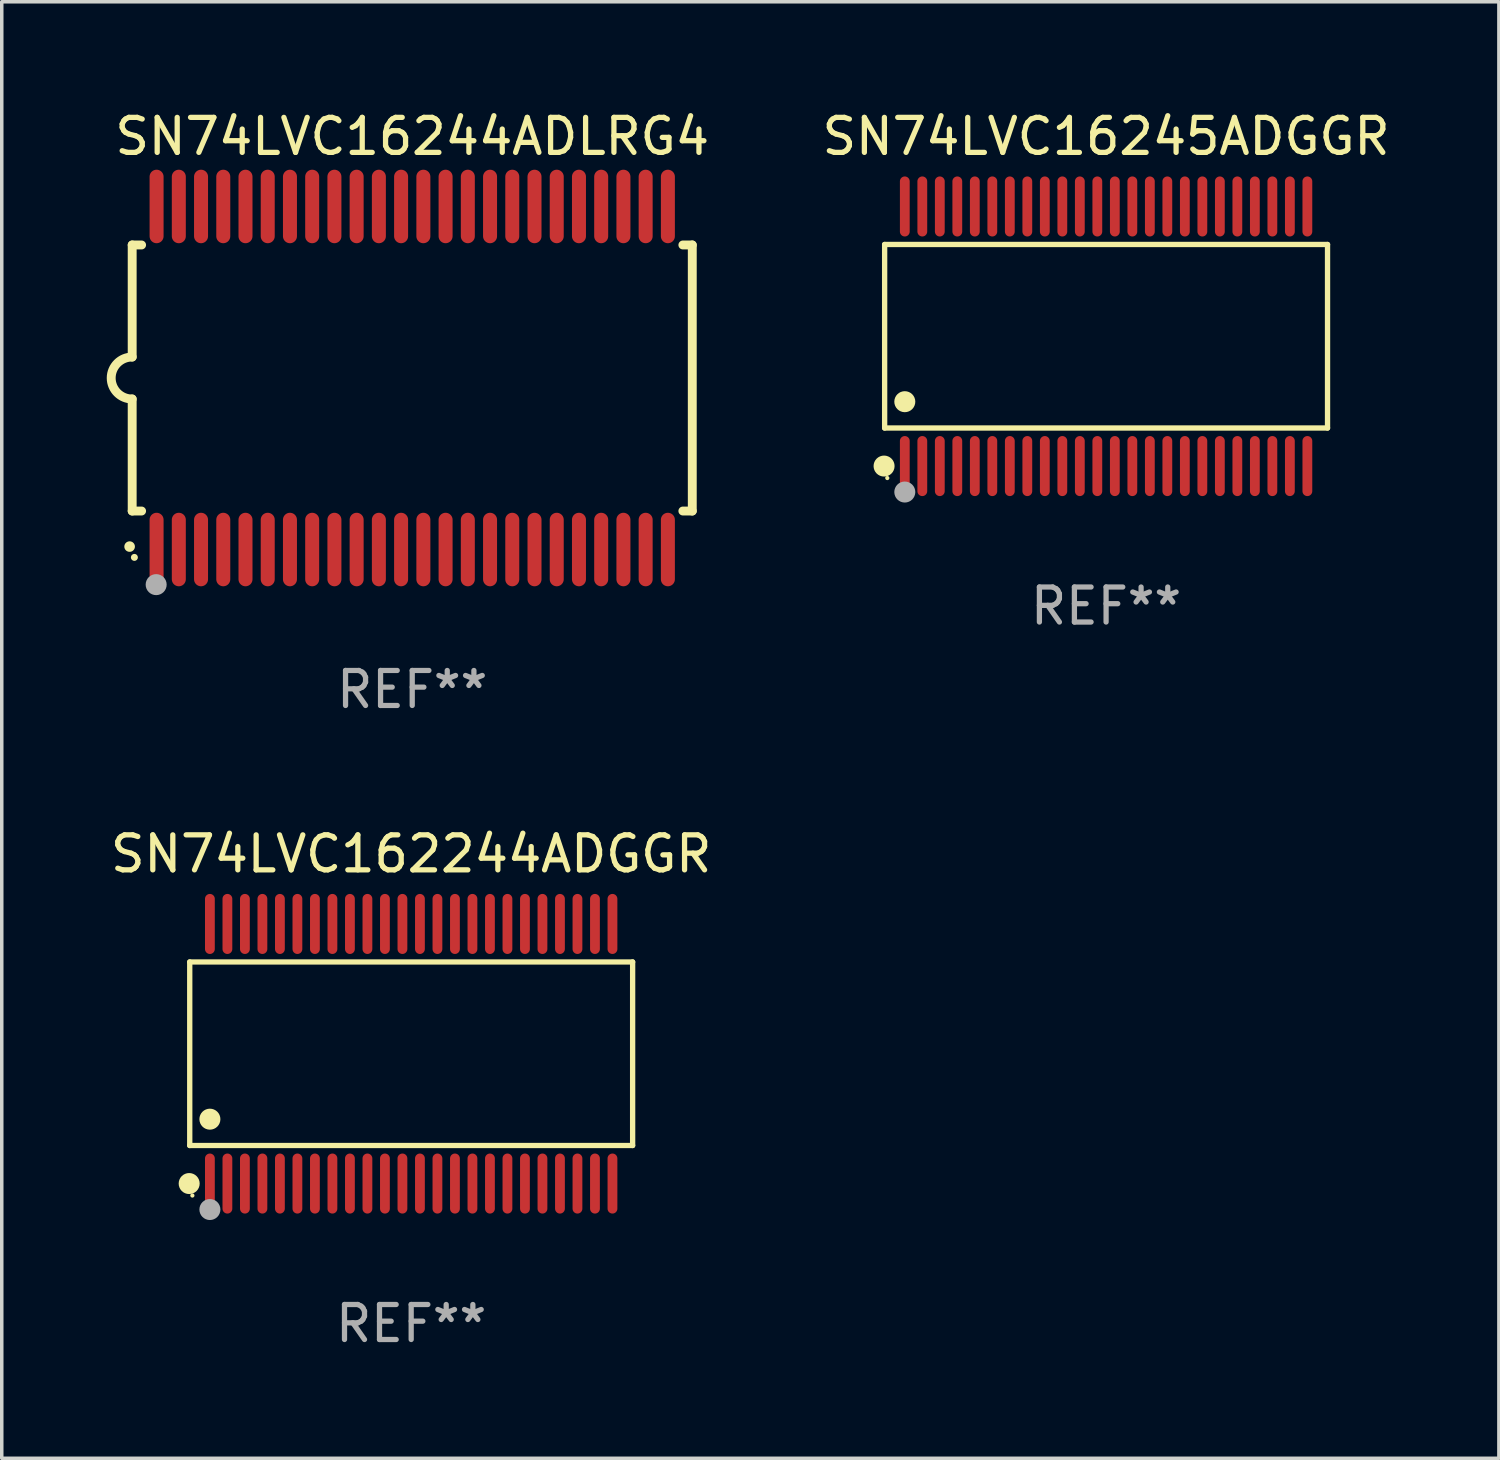
<source format=kicad_pcb>
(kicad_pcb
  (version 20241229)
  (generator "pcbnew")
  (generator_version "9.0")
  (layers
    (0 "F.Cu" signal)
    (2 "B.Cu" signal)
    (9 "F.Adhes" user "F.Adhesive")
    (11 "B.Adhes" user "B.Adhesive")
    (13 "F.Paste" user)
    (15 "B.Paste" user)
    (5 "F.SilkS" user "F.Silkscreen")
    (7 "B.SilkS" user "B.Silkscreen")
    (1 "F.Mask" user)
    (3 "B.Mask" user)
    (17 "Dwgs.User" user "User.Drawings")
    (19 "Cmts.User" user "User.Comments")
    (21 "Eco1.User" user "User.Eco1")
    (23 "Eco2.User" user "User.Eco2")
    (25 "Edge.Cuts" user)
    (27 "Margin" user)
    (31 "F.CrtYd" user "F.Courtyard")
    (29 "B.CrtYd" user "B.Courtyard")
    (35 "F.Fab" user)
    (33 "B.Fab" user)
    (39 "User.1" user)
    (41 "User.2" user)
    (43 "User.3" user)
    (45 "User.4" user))
  (footprint "SN74LVC16244ADLRG4"
    (layer "F.Cu")
    (at 8.726 7.748)
    (property "Reference" "SN74LVC16244ADLRG4" (at 0 -6.9 0) (layer "F.SilkS") (effects (font (size 1 1) (thickness 0.15))))
    (attr through_hole)
    (fp_line (start -8 -3.8) (end -8 -0.599) (stroke (width 0.254) (type solid)) (layer "F.SilkS"))
    (fp_line (start -8 -3.8) (end -7.731 -3.8) (stroke (width 0.254) (type solid)) (layer "F.SilkS"))
    (fp_line (start -8 3.8) (end -8 0.599) (stroke (width 0.254) (type solid)) (layer "F.SilkS"))
    (fp_line (start -7.731 3.8) (end -8 3.8) (stroke (width 0.254) (type solid)) (layer "F.SilkS"))
    (fp_line (start 7.731 -3.8) (end 8 -3.8) (stroke (width 0.254) (type solid)) (layer "F.SilkS"))
    (fp_line (start 8 -3.8) (end 8 3.8) (stroke (width 0.254) (type solid)) (layer "F.SilkS"))
    (fp_line (start 8 3.8) (end 7.731 3.8) (stroke (width 0.254) (type solid)) (layer "F.SilkS"))
    (fp_arc (start -8.074676 4.81585) (mid -8.073406 4.815845) (end -8.072136 4.81585) (stroke (width 0.3) (type solid)) (layer "F.SilkS"))
    (fp_arc (start -8.000025 0.6) (mid -8.598908 0.00056) (end -8.000027 -0.598882) (stroke (width 0.254001) (type solid)) (layer "F.SilkS"))
    (fp_circle (center -7.937 5.125) (end -7.887 5.125) (stroke (width 0.1) (type solid)) (fill no) (layer "F.SilkS"))
    (fp_circle (center -7.315 5.903) (end -7.165 5.903) (stroke (width 0.3) (type solid)) (fill no) (layer "F.Fab"))
    (fp_text user "REF**" (at 0 8.9 0) (layer "F.Fab") (effects (font (size 1 1) (thickness 0.15))))
    (pad "1" smd oval (at -7.303 4.9) (size 0.4 2.1) (layers "F.Cu" "F.Mask" "F.Paste"))
    (pad "2" smd oval (at -6.668 4.9) (size 0.4 2.1) (layers "F.Cu" "F.Mask" "F.Paste"))
    (pad "3" smd oval (at -6.033 4.9) (size 0.4 2.1) (layers "F.Cu" "F.Mask" "F.Paste"))
    (pad "4" smd oval (at -5.398 4.9) (size 0.4 2.1) (layers "F.Cu" "F.Mask" "F.Paste"))
    (pad "5" smd oval (at -4.763 4.9) (size 0.4 2.1) (layers "F.Cu" "F.Mask" "F.Paste"))
    (pad "6" smd oval (at -4.128 4.9) (size 0.4 2.1) (layers "F.Cu" "F.Mask" "F.Paste"))
    (pad "7" smd oval (at -3.493 4.9) (size 0.4 2.1) (layers "F.Cu" "F.Mask" "F.Paste"))
    (pad "8" smd oval (at -2.858 4.9) (size 0.4 2.1) (layers "F.Cu" "F.Mask" "F.Paste"))
    (pad "9" smd oval (at -2.223 4.9) (size 0.4 2.1) (layers "F.Cu" "F.Mask" "F.Paste"))
    (pad "10" smd oval (at -1.588 4.9) (size 0.4 2.1) (layers "F.Cu" "F.Mask" "F.Paste"))
    (pad "11" smd oval (at -0.953 4.9) (size 0.4 2.1) (layers "F.Cu" "F.Mask" "F.Paste"))
    (pad "12" smd oval (at -0.318 4.9) (size 0.4 2.1) (layers "F.Cu" "F.Mask" "F.Paste"))
    (pad "13" smd oval (at 0.318 4.9) (size 0.4 2.1) (layers "F.Cu" "F.Mask" "F.Paste"))
    (pad "14" smd oval (at 0.953 4.9) (size 0.4 2.1) (layers "F.Cu" "F.Mask" "F.Paste"))
    (pad "15" smd oval (at 1.588 4.9) (size 0.4 2.1) (layers "F.Cu" "F.Mask" "F.Paste"))
    (pad "16" smd oval (at 2.223 4.9) (size 0.4 2.1) (layers "F.Cu" "F.Mask" "F.Paste"))
    (pad "17" smd oval (at 2.858 4.9) (size 0.4 2.1) (layers "F.Cu" "F.Mask" "F.Paste"))
    (pad "18" smd oval (at 3.493 4.9) (size 0.4 2.1) (layers "F.Cu" "F.Mask" "F.Paste"))
    (pad "19" smd oval (at 4.128 4.9) (size 0.4 2.1) (layers "F.Cu" "F.Mask" "F.Paste"))
    (pad "20" smd oval (at 4.763 4.9) (size 0.4 2.1) (layers "F.Cu" "F.Mask" "F.Paste"))
    (pad "21" smd oval (at 5.398 4.9) (size 0.4 2.1) (layers "F.Cu" "F.Mask" "F.Paste"))
    (pad "22" smd oval (at 6.033 4.9) (size 0.4 2.1) (layers "F.Cu" "F.Mask" "F.Paste"))
    (pad "23" smd oval (at 6.668 4.9) (size 0.4 2.1) (layers "F.Cu" "F.Mask" "F.Paste"))
    (pad "24" smd oval (at 7.303 4.9) (size 0.4 2.1) (layers "F.Cu" "F.Mask" "F.Paste"))
    (pad "25" smd oval (at 7.303 -4.9 180) (size 0.4 2.1) (layers "F.Cu" "F.Mask" "F.Paste"))
    (pad "26" smd oval (at 6.668 -4.9 180) (size 0.4 2.1) (layers "F.Cu" "F.Mask" "F.Paste"))
    (pad "27" smd oval (at 6.033 -4.9 180) (size 0.4 2.1) (layers "F.Cu" "F.Mask" "F.Paste"))
    (pad "28" smd oval (at 5.398 -4.9 180) (size 0.4 2.1) (layers "F.Cu" "F.Mask" "F.Paste"))
    (pad "29" smd oval (at 4.763 -4.9 180) (size 0.4 2.1) (layers "F.Cu" "F.Mask" "F.Paste"))
    (pad "30" smd oval (at 4.128 -4.9 180) (size 0.4 2.1) (layers "F.Cu" "F.Mask" "F.Paste"))
    (pad "31" smd oval (at 3.493 -4.9 180) (size 0.4 2.1) (layers "F.Cu" "F.Mask" "F.Paste"))
    (pad "32" smd oval (at 2.858 -4.9 180) (size 0.4 2.1) (layers "F.Cu" "F.Mask" "F.Paste"))
    (pad "33" smd oval (at 2.223 -4.9 180) (size 0.4 2.1) (layers "F.Cu" "F.Mask" "F.Paste"))
    (pad "34" smd oval (at 1.588 -4.9 180) (size 0.4 2.1) (layers "F.Cu" "F.Mask" "F.Paste"))
    (pad "35" smd oval (at 0.953 -4.9 180) (size 0.4 2.1) (layers "F.Cu" "F.Mask" "F.Paste"))
    (pad "36" smd oval (at 0.318 -4.9 180) (size 0.4 2.1) (layers "F.Cu" "F.Mask" "F.Paste"))
    (pad "37" smd oval (at -0.318 -4.9 180) (size 0.4 2.1) (layers "F.Cu" "F.Mask" "F.Paste"))
    (pad "38" smd oval (at -0.953 -4.9 180) (size 0.4 2.1) (layers "F.Cu" "F.Mask" "F.Paste"))
    (pad "39" smd oval (at -1.588 -4.9 180) (size 0.4 2.1) (layers "F.Cu" "F.Mask" "F.Paste"))
    (pad "40" smd oval (at -2.223 -4.9 180) (size 0.4 2.1) (layers "F.Cu" "F.Mask" "F.Paste"))
    (pad "41" smd oval (at -2.858 -4.9 180) (size 0.4 2.1) (layers "F.Cu" "F.Mask" "F.Paste"))
    (pad "42" smd oval (at -3.493 -4.9 180) (size 0.4 2.1) (layers "F.Cu" "F.Mask" "F.Paste"))
    (pad "43" smd oval (at -4.128 -4.9 180) (size 0.4 2.1) (layers "F.Cu" "F.Mask" "F.Paste"))
    (pad "44" smd oval (at -4.763 -4.9 180) (size 0.4 2.1) (layers "F.Cu" "F.Mask" "F.Paste"))
    (pad "45" smd oval (at -5.398 -4.9 180) (size 0.4 2.1) (layers "F.Cu" "F.Mask" "F.Paste"))
    (pad "46" smd oval (at -6.033 -4.9 180) (size 0.4 2.1) (layers "F.Cu" "F.Mask" "F.Paste"))
    (pad "47" smd oval (at -6.668 -4.9 180) (size 0.4 2.1) (layers "F.Cu" "F.Mask" "F.Paste"))
    (pad "48" smd oval (at -7.303 -4.9 180) (size 0.4 2.1) (layers "F.Cu" "F.Mask" "F.Paste")))
  (footprint "SN74LVC16245ADGGR"
    (layer "F.Cu")
    (at 28.547 6.556)
    (property "Reference" "SN74LVC16245ADGGR" (at 0 -5.708 0) (layer "F.SilkS") (effects (font (size 1 1) (thickness 0.15))))
    (attr through_hole)
    (fp_line (start -6.326 -2.622) (end 6.326 -2.622) (stroke (width 0.152) (type solid)) (layer "F.SilkS"))
    (fp_line (start -6.326 2.621) (end -6.326 -2.622) (stroke (width 0.152) (type solid)) (layer "F.SilkS"))
    (fp_line (start 6.326 -2.622) (end 6.326 2.621) (stroke (width 0.152) (type solid)) (layer "F.SilkS"))
    (fp_line (start 6.326 2.621) (end -6.326 2.621) (stroke (width 0.152) (type solid)) (layer "F.SilkS"))
    (fp_circle (center -6.342 3.708) (end -6.192 3.708) (stroke (width 0.3) (type solid)) (fill no) (layer "F.SilkS"))
    (fp_circle (center -6.25 4.05) (end -6.22 4.05) (stroke (width 0.06) (type solid)) (fill no) (layer "F.SilkS"))
    (fp_circle (center -5.75 1.869) (end -5.6 1.869) (stroke (width 0.3) (type solid)) (fill no) (layer "F.SilkS"))
    (fp_circle (center -5.75 4.45) (end -5.6 4.45) (stroke (width 0.3) (type solid)) (fill no) (layer "F.Fab"))
    (fp_text user "REF**" (at 0 7.708 0) (layer "F.Fab") (effects (font (size 1 1) (thickness 0.15))))
    (pad "1" smd oval (at -5.75 3.708) (size 0.28 1.715) (layers "F.Cu" "F.Mask" "F.Paste"))
    (pad "2" smd oval (at -5.25 3.708) (size 0.28 1.715) (layers "F.Cu" "F.Mask" "F.Paste"))
    (pad "3" smd oval (at -4.75 3.708) (size 0.28 1.715) (layers "F.Cu" "F.Mask" "F.Paste"))
    (pad "4" smd oval (at -4.25 3.708) (size 0.28 1.715) (layers "F.Cu" "F.Mask" "F.Paste"))
    (pad "5" smd oval (at -3.75 3.708) (size 0.28 1.715) (layers "F.Cu" "F.Mask" "F.Paste"))
    (pad "6" smd oval (at -3.25 3.708) (size 0.28 1.715) (layers "F.Cu" "F.Mask" "F.Paste"))
    (pad "7" smd oval (at -2.75 3.708) (size 0.28 1.715) (layers "F.Cu" "F.Mask" "F.Paste"))
    (pad "8" smd oval (at -2.25 3.708) (size 0.28 1.715) (layers "F.Cu" "F.Mask" "F.Paste"))
    (pad "9" smd oval (at -1.75 3.708) (size 0.28 1.715) (layers "F.Cu" "F.Mask" "F.Paste"))
    (pad "10" smd oval (at -1.25 3.708) (size 0.28 1.715) (layers "F.Cu" "F.Mask" "F.Paste"))
    (pad "11" smd oval (at -0.75 3.708) (size 0.28 1.715) (layers "F.Cu" "F.Mask" "F.Paste"))
    (pad "12" smd oval (at -0.25 3.708) (size 0.28 1.715) (layers "F.Cu" "F.Mask" "F.Paste"))
    (pad "13" smd oval (at 0.25 3.708) (size 0.28 1.715) (layers "F.Cu" "F.Mask" "F.Paste"))
    (pad "14" smd oval (at 0.75 3.708) (size 0.28 1.715) (layers "F.Cu" "F.Mask" "F.Paste"))
    (pad "15" smd oval (at 1.25 3.708) (size 0.28 1.715) (layers "F.Cu" "F.Mask" "F.Paste"))
    (pad "16" smd oval (at 1.75 3.708) (size 0.28 1.715) (layers "F.Cu" "F.Mask" "F.Paste"))
    (pad "17" smd oval (at 2.25 3.708) (size 0.28 1.715) (layers "F.Cu" "F.Mask" "F.Paste"))
    (pad "18" smd oval (at 2.75 3.708) (size 0.28 1.715) (layers "F.Cu" "F.Mask" "F.Paste"))
    (pad "19" smd oval (at 3.25 3.708) (size 0.28 1.715) (layers "F.Cu" "F.Mask" "F.Paste"))
    (pad "20" smd oval (at 3.75 3.708) (size 0.28 1.715) (layers "F.Cu" "F.Mask" "F.Paste"))
    (pad "21" smd oval (at 4.25 3.708) (size 0.28 1.715) (layers "F.Cu" "F.Mask" "F.Paste"))
    (pad "22" smd oval (at 4.75 3.708) (size 0.28 1.715) (layers "F.Cu" "F.Mask" "F.Paste"))
    (pad "23" smd oval (at 5.25 3.708) (size 0.28 1.715) (layers "F.Cu" "F.Mask" "F.Paste"))
    (pad "24" smd oval (at 5.75 3.708) (size 0.28 1.715) (layers "F.Cu" "F.Mask" "F.Paste"))
    (pad "25" smd oval (at 5.75 -3.708) (size 0.28 1.715) (layers "F.Cu" "F.Mask" "F.Paste"))
    (pad "26" smd oval (at 5.25 -3.708) (size 0.28 1.715) (layers "F.Cu" "F.Mask" "F.Paste"))
    (pad "27" smd oval (at 4.75 -3.708) (size 0.28 1.715) (layers "F.Cu" "F.Mask" "F.Paste"))
    (pad "28" smd oval (at 4.25 -3.708) (size 0.28 1.715) (layers "F.Cu" "F.Mask" "F.Paste"))
    (pad "29" smd oval (at 3.75 -3.708) (size 0.28 1.715) (layers "F.Cu" "F.Mask" "F.Paste"))
    (pad "30" smd oval (at 3.25 -3.708) (size 0.28 1.715) (layers "F.Cu" "F.Mask" "F.Paste"))
    (pad "31" smd oval (at 2.75 -3.708) (size 0.28 1.715) (layers "F.Cu" "F.Mask" "F.Paste"))
    (pad "32" smd oval (at 2.25 -3.708) (size 0.28 1.715) (layers "F.Cu" "F.Mask" "F.Paste"))
    (pad "33" smd oval (at 1.75 -3.708) (size 0.28 1.715) (layers "F.Cu" "F.Mask" "F.Paste"))
    (pad "34" smd oval (at 1.25 -3.708) (size 0.28 1.715) (layers "F.Cu" "F.Mask" "F.Paste"))
    (pad "35" smd oval (at 0.75 -3.708) (size 0.28 1.715) (layers "F.Cu" "F.Mask" "F.Paste"))
    (pad "36" smd oval (at 0.25 -3.708) (size 0.28 1.715) (layers "F.Cu" "F.Mask" "F.Paste"))
    (pad "37" smd oval (at -0.25 -3.708) (size 0.28 1.715) (layers "F.Cu" "F.Mask" "F.Paste"))
    (pad "38" smd oval (at -0.75 -3.708) (size 0.28 1.715) (layers "F.Cu" "F.Mask" "F.Paste"))
    (pad "39" smd oval (at -1.25 -3.708) (size 0.28 1.715) (layers "F.Cu" "F.Mask" "F.Paste"))
    (pad "40" smd oval (at -1.75 -3.708) (size 0.28 1.715) (layers "F.Cu" "F.Mask" "F.Paste"))
    (pad "41" smd oval (at -2.25 -3.708) (size 0.28 1.715) (layers "F.Cu" "F.Mask" "F.Paste"))
    (pad "42" smd oval (at -2.75 -3.708) (size 0.28 1.715) (layers "F.Cu" "F.Mask" "F.Paste"))
    (pad "43" smd oval (at -3.25 -3.708) (size 0.28 1.715) (layers "F.Cu" "F.Mask" "F.Paste"))
    (pad "44" smd oval (at -3.75 -3.708) (size 0.28 1.715) (layers "F.Cu" "F.Mask" "F.Paste"))
    (pad "45" smd oval (at -4.25 -3.708) (size 0.28 1.715) (layers "F.Cu" "F.Mask" "F.Paste"))
    (pad "46" smd oval (at -4.75 -3.708) (size 0.28 1.715) (layers "F.Cu" "F.Mask" "F.Paste"))
    (pad "47" smd oval (at -5.25 -3.708) (size 0.28 1.715) (layers "F.Cu" "F.Mask" "F.Paste"))
    (pad "48" smd oval (at -5.75 -3.708) (size 0.28 1.715) (layers "F.Cu" "F.Mask" "F.Paste")))
  (footprint "SN74LVC162244ADGGR"
    (layer "F.Cu")
    (at 8.696 27.052)
    (property "Reference" "SN74LVC162244ADGGR" (at 0 -5.708 0) (layer "F.SilkS") (effects (font (size 1 1) (thickness 0.15))))
    (attr through_hole)
    (fp_line (start -6.326 -2.622) (end 6.326 -2.622) (stroke (width 0.152) (type solid)) (layer "F.SilkS"))
    (fp_line (start -6.326 2.621) (end -6.326 -2.622) (stroke (width 0.152) (type solid)) (layer "F.SilkS"))
    (fp_line (start 6.326 -2.622) (end 6.326 2.621) (stroke (width 0.152) (type solid)) (layer "F.SilkS"))
    (fp_line (start 6.326 2.621) (end -6.326 2.621) (stroke (width 0.152) (type solid)) (layer "F.SilkS"))
    (fp_circle (center -6.342 3.708) (end -6.192 3.708) (stroke (width 0.3) (type solid)) (fill no) (layer "F.SilkS"))
    (fp_circle (center -6.25 4.05) (end -6.22 4.05) (stroke (width 0.06) (type solid)) (fill no) (layer "F.SilkS"))
    (fp_circle (center -5.75 1.869) (end -5.6 1.869) (stroke (width 0.3) (type solid)) (fill no) (layer "F.SilkS"))
    (fp_circle (center -5.75 4.45) (end -5.6 4.45) (stroke (width 0.3) (type solid)) (fill no) (layer "F.Fab"))
    (fp_text user "REF**" (at 0 7.708 0) (layer "F.Fab") (effects (font (size 1 1) (thickness 0.15))))
    (pad "1" smd oval (at -5.75 3.708) (size 0.28 1.715) (layers "F.Cu" "F.Mask" "F.Paste"))
    (pad "2" smd oval (at -5.25 3.708) (size 0.28 1.715) (layers "F.Cu" "F.Mask" "F.Paste"))
    (pad "3" smd oval (at -4.75 3.708) (size 0.28 1.715) (layers "F.Cu" "F.Mask" "F.Paste"))
    (pad "4" smd oval (at -4.25 3.708) (size 0.28 1.715) (layers "F.Cu" "F.Mask" "F.Paste"))
    (pad "5" smd oval (at -3.75 3.708) (size 0.28 1.715) (layers "F.Cu" "F.Mask" "F.Paste"))
    (pad "6" smd oval (at -3.25 3.708) (size 0.28 1.715) (layers "F.Cu" "F.Mask" "F.Paste"))
    (pad "7" smd oval (at -2.75 3.708) (size 0.28 1.715) (layers "F.Cu" "F.Mask" "F.Paste"))
    (pad "8" smd oval (at -2.25 3.708) (size 0.28 1.715) (layers "F.Cu" "F.Mask" "F.Paste"))
    (pad "9" smd oval (at -1.75 3.708) (size 0.28 1.715) (layers "F.Cu" "F.Mask" "F.Paste"))
    (pad "10" smd oval (at -1.25 3.708) (size 0.28 1.715) (layers "F.Cu" "F.Mask" "F.Paste"))
    (pad "11" smd oval (at -0.75 3.708) (size 0.28 1.715) (layers "F.Cu" "F.Mask" "F.Paste"))
    (pad "12" smd oval (at -0.25 3.708) (size 0.28 1.715) (layers "F.Cu" "F.Mask" "F.Paste"))
    (pad "13" smd oval (at 0.25 3.708) (size 0.28 1.715) (layers "F.Cu" "F.Mask" "F.Paste"))
    (pad "14" smd oval (at 0.75 3.708) (size 0.28 1.715) (layers "F.Cu" "F.Mask" "F.Paste"))
    (pad "15" smd oval (at 1.25 3.708) (size 0.28 1.715) (layers "F.Cu" "F.Mask" "F.Paste"))
    (pad "16" smd oval (at 1.75 3.708) (size 0.28 1.715) (layers "F.Cu" "F.Mask" "F.Paste"))
    (pad "17" smd oval (at 2.25 3.708) (size 0.28 1.715) (layers "F.Cu" "F.Mask" "F.Paste"))
    (pad "18" smd oval (at 2.75 3.708) (size 0.28 1.715) (layers "F.Cu" "F.Mask" "F.Paste"))
    (pad "19" smd oval (at 3.25 3.708) (size 0.28 1.715) (layers "F.Cu" "F.Mask" "F.Paste"))
    (pad "20" smd oval (at 3.75 3.708) (size 0.28 1.715) (layers "F.Cu" "F.Mask" "F.Paste"))
    (pad "21" smd oval (at 4.25 3.708) (size 0.28 1.715) (layers "F.Cu" "F.Mask" "F.Paste"))
    (pad "22" smd oval (at 4.75 3.708) (size 0.28 1.715) (layers "F.Cu" "F.Mask" "F.Paste"))
    (pad "23" smd oval (at 5.25 3.708) (size 0.28 1.715) (layers "F.Cu" "F.Mask" "F.Paste"))
    (pad "24" smd oval (at 5.75 3.708) (size 0.28 1.715) (layers "F.Cu" "F.Mask" "F.Paste"))
    (pad "25" smd oval (at 5.75 -3.708) (size 0.28 1.715) (layers "F.Cu" "F.Mask" "F.Paste"))
    (pad "26" smd oval (at 5.25 -3.708) (size 0.28 1.715) (layers "F.Cu" "F.Mask" "F.Paste"))
    (pad "27" smd oval (at 4.75 -3.708) (size 0.28 1.715) (layers "F.Cu" "F.Mask" "F.Paste"))
    (pad "28" smd oval (at 4.25 -3.708) (size 0.28 1.715) (layers "F.Cu" "F.Mask" "F.Paste"))
    (pad "29" smd oval (at 3.75 -3.708) (size 0.28 1.715) (layers "F.Cu" "F.Mask" "F.Paste"))
    (pad "30" smd oval (at 3.25 -3.708) (size 0.28 1.715) (layers "F.Cu" "F.Mask" "F.Paste"))
    (pad "31" smd oval (at 2.75 -3.708) (size 0.28 1.715) (layers "F.Cu" "F.Mask" "F.Paste"))
    (pad "32" smd oval (at 2.25 -3.708) (size 0.28 1.715) (layers "F.Cu" "F.Mask" "F.Paste"))
    (pad "33" smd oval (at 1.75 -3.708) (size 0.28 1.715) (layers "F.Cu" "F.Mask" "F.Paste"))
    (pad "34" smd oval (at 1.25 -3.708) (size 0.28 1.715) (layers "F.Cu" "F.Mask" "F.Paste"))
    (pad "35" smd oval (at 0.75 -3.708) (size 0.28 1.715) (layers "F.Cu" "F.Mask" "F.Paste"))
    (pad "36" smd oval (at 0.25 -3.708) (size 0.28 1.715) (layers "F.Cu" "F.Mask" "F.Paste"))
    (pad "37" smd oval (at -0.25 -3.708) (size 0.28 1.715) (layers "F.Cu" "F.Mask" "F.Paste"))
    (pad "38" smd oval (at -0.75 -3.708) (size 0.28 1.715) (layers "F.Cu" "F.Mask" "F.Paste"))
    (pad "39" smd oval (at -1.25 -3.708) (size 0.28 1.715) (layers "F.Cu" "F.Mask" "F.Paste"))
    (pad "40" smd oval (at -1.75 -3.708) (size 0.28 1.715) (layers "F.Cu" "F.Mask" "F.Paste"))
    (pad "41" smd oval (at -2.25 -3.708) (size 0.28 1.715) (layers "F.Cu" "F.Mask" "F.Paste"))
    (pad "42" smd oval (at -2.75 -3.708) (size 0.28 1.715) (layers "F.Cu" "F.Mask" "F.Paste"))
    (pad "43" smd oval (at -3.25 -3.708) (size 0.28 1.715) (layers "F.Cu" "F.Mask" "F.Paste"))
    (pad "44" smd oval (at -3.75 -3.708) (size 0.28 1.715) (layers "F.Cu" "F.Mask" "F.Paste"))
    (pad "45" smd oval (at -4.25 -3.708) (size 0.28 1.715) (layers "F.Cu" "F.Mask" "F.Paste"))
    (pad "46" smd oval (at -4.75 -3.708) (size 0.28 1.715) (layers "F.Cu" "F.Mask" "F.Paste"))
    (pad "47" smd oval (at -5.25 -3.708) (size 0.28 1.715) (layers "F.Cu" "F.Mask" "F.Paste"))
    (pad "48" smd oval (at -5.75 -3.708) (size 0.28 1.715) (layers "F.Cu" "F.Mask" "F.Paste")))
  (gr_rect
    (start -3 -3)
    (end 39.768 38.608)
    (stroke (width 0.1) (type default))
    (fill no)
    (layer "Edge.Cuts")))
</source>
